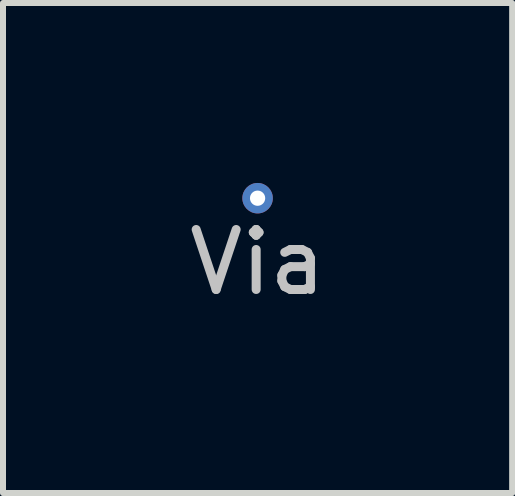
<source format=kicad_pcb>
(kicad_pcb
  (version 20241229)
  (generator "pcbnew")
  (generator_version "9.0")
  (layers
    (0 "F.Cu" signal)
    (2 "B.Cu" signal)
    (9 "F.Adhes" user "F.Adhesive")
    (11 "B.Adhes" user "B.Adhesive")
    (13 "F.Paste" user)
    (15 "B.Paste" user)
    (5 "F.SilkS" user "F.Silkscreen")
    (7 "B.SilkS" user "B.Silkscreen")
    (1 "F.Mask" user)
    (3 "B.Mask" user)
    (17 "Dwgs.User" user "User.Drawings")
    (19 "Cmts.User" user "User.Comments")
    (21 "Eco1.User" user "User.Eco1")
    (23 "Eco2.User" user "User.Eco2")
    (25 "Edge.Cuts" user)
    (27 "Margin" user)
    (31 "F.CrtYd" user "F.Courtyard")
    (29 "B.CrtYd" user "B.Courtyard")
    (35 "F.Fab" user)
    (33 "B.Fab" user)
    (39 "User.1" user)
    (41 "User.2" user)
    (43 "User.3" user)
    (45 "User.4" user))
  (footprint "Via"
    (layer "F.Cu")
    (at 1.244 0.254)
    (property "Reference" "Via" (at 0 1.067 0) (layer "Dwgs.User") (effects (font (size 1 1) (thickness 0.15))))
    (attr through_hole)
    (pad "1" thru_hole circle (at 0 0) (size 0.508 0.508) (drill 0.254) (layers "*.Cu")))
  (gr_rect
    (start -3 -3)
    (end 5.488 5.169)
    (stroke (width 0.1) (type default))
    (fill no)
    (layer "Edge.Cuts")))
</source>
